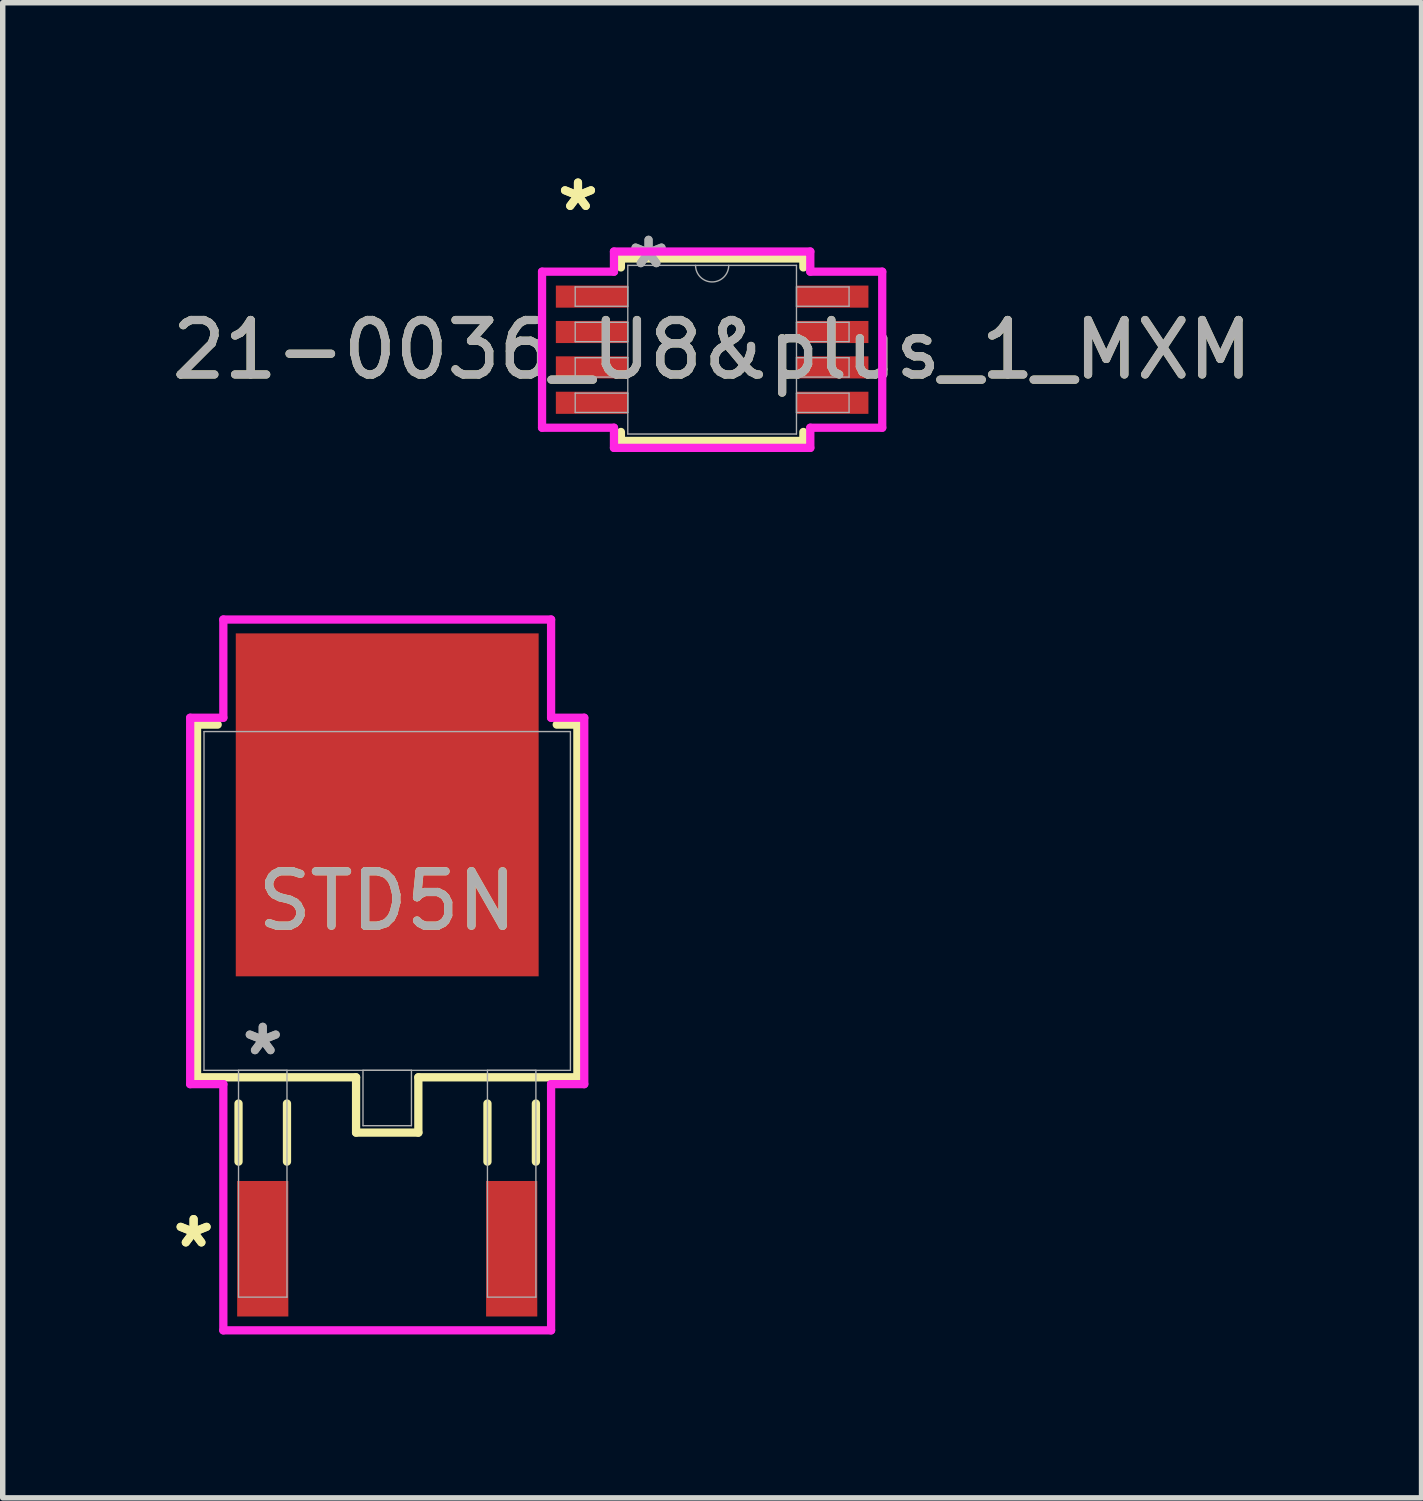
<source format=kicad_pcb>
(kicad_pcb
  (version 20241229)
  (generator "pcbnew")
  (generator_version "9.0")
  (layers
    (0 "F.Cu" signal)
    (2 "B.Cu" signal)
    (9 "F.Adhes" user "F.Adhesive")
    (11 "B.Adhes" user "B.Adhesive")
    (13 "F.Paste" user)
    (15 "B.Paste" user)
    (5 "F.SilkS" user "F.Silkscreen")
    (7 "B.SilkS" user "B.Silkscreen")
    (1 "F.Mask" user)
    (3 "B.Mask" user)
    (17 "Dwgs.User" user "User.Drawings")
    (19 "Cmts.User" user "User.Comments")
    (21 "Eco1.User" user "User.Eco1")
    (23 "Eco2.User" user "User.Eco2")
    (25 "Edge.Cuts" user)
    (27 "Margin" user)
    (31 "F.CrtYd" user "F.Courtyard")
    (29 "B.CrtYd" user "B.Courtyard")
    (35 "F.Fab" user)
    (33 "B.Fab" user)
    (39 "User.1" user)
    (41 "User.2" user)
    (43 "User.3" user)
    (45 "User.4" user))
  (footprint "21-0036_U8&plus_1_MXM"
    (layer "F.Cu")
    (at 10.03 3.373)
    (property "Reference" "21-0036_U8&plus_1_MXM" (at 0 0 0) (unlocked yes) (layer "F.SilkS") (effects (font (size 1 1) (thickness 0.15))))
    (attr smd)
    (fp_line (start -1.676 -1.676) (end -1.676 -1.511) (stroke (width 0.152) (type solid)) (layer "F.SilkS"))
    (fp_line (start -1.676 1.511) (end -1.676 1.676) (stroke (width 0.152) (type solid)) (layer "F.SilkS"))
    (fp_line (start -1.676 1.676) (end 1.676 1.676) (stroke (width 0.152) (type solid)) (layer "F.SilkS"))
    (fp_line (start 1.676 -1.676) (end -1.676 -1.676) (stroke (width 0.152) (type solid)) (layer "F.SilkS"))
    (fp_line (start 1.676 -1.511) (end 1.676 -1.676) (stroke (width 0.152) (type solid)) (layer "F.SilkS"))
    (fp_line (start 1.676 1.676) (end 1.676 1.511) (stroke (width 0.152) (type solid)) (layer "F.SilkS"))
    (fp_line (start -3.124 -1.433) (end -1.803 -1.433) (stroke (width 0.152) (type solid)) (layer "F.CrtYd"))
    (fp_line (start -3.124 1.433) (end -3.124 -1.433) (stroke (width 0.152) (type solid)) (layer "F.CrtYd"))
    (fp_line (start -3.124 1.433) (end -1.803 1.433) (stroke (width 0.152) (type solid)) (layer "F.CrtYd"))
    (fp_line (start -1.803 -1.803) (end 1.803 -1.803) (stroke (width 0.152) (type solid)) (layer "F.CrtYd"))
    (fp_line (start -1.803 -1.433) (end -1.803 -1.803) (stroke (width 0.152) (type solid)) (layer "F.CrtYd"))
    (fp_line (start -1.803 1.803) (end -1.803 1.433) (stroke (width 0.152) (type solid)) (layer "F.CrtYd"))
    (fp_line (start 1.803 -1.803) (end 1.803 -1.433) (stroke (width 0.152) (type solid)) (layer "F.CrtYd"))
    (fp_line (start 1.803 1.433) (end 1.803 1.803) (stroke (width 0.152) (type solid)) (layer "F.CrtYd"))
    (fp_line (start 1.803 1.803) (end -1.803 1.803) (stroke (width 0.152) (type solid)) (layer "F.CrtYd"))
    (fp_line (start 3.124 -1.433) (end 1.803 -1.433) (stroke (width 0.152) (type solid)) (layer "F.CrtYd"))
    (fp_line (start 3.124 -1.433) (end 3.124 1.433) (stroke (width 0.152) (type solid)) (layer "F.CrtYd"))
    (fp_line (start 3.124 1.433) (end 1.803 1.433) (stroke (width 0.152) (type solid)) (layer "F.CrtYd"))
    (fp_line (start -2.515 -1.153) (end -2.515 -0.798) (stroke (width 0.025) (type solid)) (layer "F.Fab"))
    (fp_line (start -2.515 -0.798) (end -1.549 -0.798) (stroke (width 0.025) (type solid)) (layer "F.Fab"))
    (fp_line (start -2.515 -0.503) (end -2.515 -0.147) (stroke (width 0.025) (type solid)) (layer "F.Fab"))
    (fp_line (start -2.515 -0.147) (end -1.549 -0.147) (stroke (width 0.025) (type solid)) (layer "F.Fab"))
    (fp_line (start -2.515 0.147) (end -2.515 0.503) (stroke (width 0.025) (type solid)) (layer "F.Fab"))
    (fp_line (start -2.515 0.503) (end -1.549 0.503) (stroke (width 0.025) (type solid)) (layer "F.Fab"))
    (fp_line (start -2.515 0.798) (end -2.515 1.153) (stroke (width 0.025) (type solid)) (layer "F.Fab"))
    (fp_line (start -2.515 1.153) (end -1.549 1.153) (stroke (width 0.025) (type solid)) (layer "F.Fab"))
    (fp_line (start -1.549 -1.549) (end -1.549 1.549) (stroke (width 0.025) (type solid)) (layer "F.Fab"))
    (fp_line (start -1.549 -1.153) (end -2.515 -1.153) (stroke (width 0.025) (type solid)) (layer "F.Fab"))
    (fp_line (start -1.549 -0.798) (end -1.549 -1.153) (stroke (width 0.025) (type solid)) (layer "F.Fab"))
    (fp_line (start -1.549 -0.503) (end -2.515 -0.503) (stroke (width 0.025) (type solid)) (layer "F.Fab"))
    (fp_line (start -1.549 -0.147) (end -1.549 -0.503) (stroke (width 0.025) (type solid)) (layer "F.Fab"))
    (fp_line (start -1.549 0.147) (end -2.515 0.147) (stroke (width 0.025) (type solid)) (layer "F.Fab"))
    (fp_line (start -1.549 0.503) (end -1.549 0.147) (stroke (width 0.025) (type solid)) (layer "F.Fab"))
    (fp_line (start -1.549 0.798) (end -2.515 0.798) (stroke (width 0.025) (type solid)) (layer "F.Fab"))
    (fp_line (start -1.549 1.153) (end -1.549 0.798) (stroke (width 0.025) (type solid)) (layer "F.Fab"))
    (fp_line (start -1.549 1.549) (end 1.549 1.549) (stroke (width 0.025) (type solid)) (layer "F.Fab"))
    (fp_line (start 1.549 -1.549) (end -1.549 -1.549) (stroke (width 0.025) (type solid)) (layer "F.Fab"))
    (fp_line (start 1.549 -1.153) (end 1.549 -0.798) (stroke (width 0.025) (type solid)) (layer "F.Fab"))
    (fp_line (start 1.549 -0.798) (end 2.515 -0.798) (stroke (width 0.025) (type solid)) (layer "F.Fab"))
    (fp_line (start 1.549 -0.503) (end 1.549 -0.147) (stroke (width 0.025) (type solid)) (layer "F.Fab"))
    (fp_line (start 1.549 -0.147) (end 2.515 -0.147) (stroke (width 0.025) (type solid)) (layer "F.Fab"))
    (fp_line (start 1.549 0.147) (end 1.549 0.503) (stroke (width 0.025) (type solid)) (layer "F.Fab"))
    (fp_line (start 1.549 0.503) (end 2.515 0.503) (stroke (width 0.025) (type solid)) (layer "F.Fab"))
    (fp_line (start 1.549 0.798) (end 1.549 1.153) (stroke (width 0.025) (type solid)) (layer "F.Fab"))
    (fp_line (start 1.549 1.153) (end 2.515 1.153) (stroke (width 0.025) (type solid)) (layer "F.Fab"))
    (fp_line (start 1.549 1.549) (end 1.549 -1.549) (stroke (width 0.025) (type solid)) (layer "F.Fab"))
    (fp_line (start 2.515 -1.153) (end 1.549 -1.153) (stroke (width 0.025) (type solid)) (layer "F.Fab"))
    (fp_line (start 2.515 -0.798) (end 2.515 -1.153) (stroke (width 0.025) (type solid)) (layer "F.Fab"))
    (fp_line (start 2.515 -0.503) (end 1.549 -0.503) (stroke (width 0.025) (type solid)) (layer "F.Fab"))
    (fp_line (start 2.515 -0.147) (end 2.515 -0.503) (stroke (width 0.025) (type solid)) (layer "F.Fab"))
    (fp_line (start 2.515 0.147) (end 1.549 0.147) (stroke (width 0.025) (type solid)) (layer "F.Fab"))
    (fp_line (start 2.515 0.503) (end 2.515 0.147) (stroke (width 0.025) (type solid)) (layer "F.Fab"))
    (fp_line (start 2.515 0.798) (end 1.549 0.798) (stroke (width 0.025) (type solid)) (layer "F.Fab"))
    (fp_line (start 2.515 1.153) (end 2.515 0.798) (stroke (width 0.025) (type solid)) (layer "F.Fab"))
    (fp_arc (start 0.3048 -1.5494) (mid 0 -1.2446) (end -0.3048 -1.5494) (stroke (width 0.0254) (type solid)) (layer "F.Fab"))
    (fp_text user "*" (at -2.464 -2.525 0) (layer "F.SilkS") (effects (font (size 1 1) (thickness 0.15))))
    (fp_text user "*" (at -2.464 -2.525 0) (unlocked yes) (layer "F.SilkS") (effects (font (size 1 1) (thickness 0.15))))
    (fp_text user "*" (at -1.168 -1.473 0) (layer "F.Fab") (effects (font (size 1 1) (thickness 0.15))))
    (fp_text user "*" (at -1.168 -1.473 0) (unlocked yes) (layer "F.Fab") (effects (font (size 1 1) (thickness 0.15))))
    (fp_text user "${REFERENCE}" (at 0 0 0) (unlocked yes) (layer "F.Fab") (effects (font (size 1 1) (thickness 0.15))))
    (pad "1" smd rect (at -2.21 -0.975) (size 1.321 0.406) (layers "F.Cu" "F.Mask" "F.Paste"))
    (pad "2" smd rect (at -2.21 -0.325) (size 1.321 0.406) (layers "F.Cu" "F.Mask" "F.Paste"))
    (pad "3" smd rect (at -2.21 0.325) (size 1.321 0.406) (layers "F.Cu" "F.Mask" "F.Paste"))
    (pad "4" smd rect (at -2.21 0.975) (size 1.321 0.406) (layers "F.Cu" "F.Mask" "F.Paste"))
    (pad "5" smd rect (at 2.21 0.975) (size 1.321 0.406) (layers "F.Cu" "F.Mask" "F.Paste"))
    (pad "6" smd rect (at 2.21 0.325) (size 1.321 0.406) (layers "F.Cu" "F.Mask" "F.Paste"))
    (pad "7" smd rect (at 2.21 -0.325) (size 1.321 0.406) (layers "F.Cu" "F.Mask" "F.Paste"))
    (pad "8" smd rect (at 2.21 -0.975) (size 1.321 0.406) (layers "F.Cu" "F.Mask" "F.Paste")))
  (footprint "STD5N"
    (layer "F.Cu")
    (at 4.062 13.498)
    (property "Reference" "STD5N" (at 0 0 0) (unlocked yes) (layer "F.SilkS") (effects (font (size 1 1) (thickness 0.15))))
    (attr smd)
    (fp_line (start -3.493 -3.239) (end -3.493 3.239) (stroke (width 0.152) (type solid)) (layer "F.SilkS"))
    (fp_line (start -3.493 3.239) (end -0.572 3.239) (stroke (width 0.152) (type solid)) (layer "F.SilkS"))
    (fp_line (start -3.114 -3.239) (end -3.493 -3.239) (stroke (width 0.152) (type solid)) (layer "F.SilkS"))
    (fp_line (start -2.731 3.721) (end -2.731 4.788) (stroke (width 0.152) (type solid)) (layer "F.SilkS"))
    (fp_line (start -1.841 3.721) (end -1.841 4.788) (stroke (width 0.152) (type solid)) (layer "F.SilkS"))
    (fp_line (start -0.572 3.239) (end -0.572 4.255) (stroke (width 0.152) (type solid)) (layer "F.SilkS"))
    (fp_line (start -0.572 4.255) (end 0.572 4.255) (stroke (width 0.152) (type solid)) (layer "F.SilkS"))
    (fp_line (start 0.572 3.239) (end 3.493 3.239) (stroke (width 0.152) (type solid)) (layer "F.SilkS"))
    (fp_line (start 0.572 4.255) (end 0.572 3.239) (stroke (width 0.152) (type solid)) (layer "F.SilkS"))
    (fp_line (start 1.841 3.721) (end 1.841 4.788) (stroke (width 0.152) (type solid)) (layer "F.SilkS"))
    (fp_line (start 2.731 3.721) (end 2.731 4.788) (stroke (width 0.152) (type solid)) (layer "F.SilkS"))
    (fp_line (start 3.493 -3.239) (end 3.114 -3.239) (stroke (width 0.152) (type solid)) (layer "F.SilkS"))
    (fp_line (start 3.493 3.239) (end 3.493 -3.239) (stroke (width 0.152) (type solid)) (layer "F.SilkS"))
    (fp_line (start -3.619 -3.365) (end -3.01 -3.365) (stroke (width 0.152) (type solid)) (layer "F.CrtYd"))
    (fp_line (start -3.619 3.365) (end -3.619 -3.365) (stroke (width 0.152) (type solid)) (layer "F.CrtYd"))
    (fp_line (start -3.01 -5.169) (end 3.01 -5.169) (stroke (width 0.152) (type solid)) (layer "F.CrtYd"))
    (fp_line (start -3.01 -3.365) (end -3.01 -5.169) (stroke (width 0.152) (type solid)) (layer "F.CrtYd"))
    (fp_line (start -3.01 3.365) (end -3.619 3.365) (stroke (width 0.152) (type solid)) (layer "F.CrtYd"))
    (fp_line (start -3.01 7.887) (end -3.01 3.365) (stroke (width 0.152) (type solid)) (layer "F.CrtYd"))
    (fp_line (start 3.01 -5.169) (end 3.01 -3.365) (stroke (width 0.152) (type solid)) (layer "F.CrtYd"))
    (fp_line (start 3.01 -3.365) (end 3.619 -3.365) (stroke (width 0.152) (type solid)) (layer "F.CrtYd"))
    (fp_line (start 3.01 3.365) (end 3.01 7.887) (stroke (width 0.152) (type solid)) (layer "F.CrtYd"))
    (fp_line (start 3.01 7.887) (end -3.01 7.887) (stroke (width 0.152) (type solid)) (layer "F.CrtYd"))
    (fp_line (start 3.619 -3.365) (end 3.619 3.365) (stroke (width 0.152) (type solid)) (layer "F.CrtYd"))
    (fp_line (start 3.619 3.365) (end 3.01 3.365) (stroke (width 0.152) (type solid)) (layer "F.CrtYd"))
    (fp_line (start -3.365 -3.111) (end -3.365 3.111) (stroke (width 0.025) (type solid)) (layer "F.Fab"))
    (fp_line (start -3.365 3.111) (end 3.365 3.111) (stroke (width 0.025) (type solid)) (layer "F.Fab"))
    (fp_line (start -2.731 3.111) (end -2.731 7.277) (stroke (width 0.025) (type solid)) (layer "F.Fab"))
    (fp_line (start -2.731 7.277) (end -1.841 7.277) (stroke (width 0.025) (type solid)) (layer "F.Fab"))
    (fp_line (start -1.841 3.111) (end -2.731 3.111) (stroke (width 0.025) (type solid)) (layer "F.Fab"))
    (fp_line (start -1.841 7.277) (end -1.841 3.111) (stroke (width 0.025) (type solid)) (layer "F.Fab"))
    (fp_line (start -0.445 3.111) (end -0.445 4.128) (stroke (width 0.025) (type solid)) (layer "F.Fab"))
    (fp_line (start -0.445 4.128) (end 0.445 4.128) (stroke (width 0.025) (type solid)) (layer "F.Fab"))
    (fp_line (start 0.445 3.111) (end -0.445 3.111) (stroke (width 0.025) (type solid)) (layer "F.Fab"))
    (fp_line (start 0.445 4.128) (end 0.445 3.111) (stroke (width 0.025) (type solid)) (layer "F.Fab"))
    (fp_line (start 1.841 3.111) (end 1.841 7.277) (stroke (width 0.025) (type solid)) (layer "F.Fab"))
    (fp_line (start 1.841 7.277) (end 2.731 7.277) (stroke (width 0.025) (type solid)) (layer "F.Fab"))
    (fp_line (start 2.731 3.111) (end 1.841 3.111) (stroke (width 0.025) (type solid)) (layer "F.Fab"))
    (fp_line (start 2.731 7.277) (end 2.731 3.111) (stroke (width 0.025) (type solid)) (layer "F.Fab"))
    (fp_line (start 3.365 -3.111) (end -3.365 -3.111) (stroke (width 0.025) (type solid)) (layer "F.Fab"))
    (fp_line (start 3.365 3.111) (end 3.365 -3.111) (stroke (width 0.025) (type solid)) (layer "F.Fab"))
    (fp_text user "*" (at -3.556 6.388 0) (layer "F.SilkS") (effects (font (size 1 1) (thickness 0.15))))
    (fp_text user "*" (at -3.556 6.388 0) (unlocked yes) (layer "F.SilkS") (effects (font (size 1 1) (thickness 0.15))))
    (fp_text user "*" (at -2.286 2.857 0) (unlocked yes) (layer "F.Fab") (effects (font (size 1 1) (thickness 0.15))))
    (fp_text user "*" (at -2.286 2.857 0) (layer "F.Fab") (effects (font (size 1 1) (thickness 0.15))))
    (fp_text user "${REFERENCE}" (at 0 0 0) (unlocked yes) (layer "F.Fab") (effects (font (size 1 1) (thickness 0.15))))
    (pad "1" smd rect (at -2.286 6.388) (size 0.94 2.489) (layers "F.Cu" "F.Mask" "F.Paste"))
    (pad "2" smd rect (at 0 -1.765) (size 5.563 6.299) (layers "F.Cu" "F.Mask" "F.Paste"))
    (pad "3" smd rect (at 2.286 6.388) (size 0.94 2.489) (layers "F.Cu" "F.Mask" "F.Paste")))
  (gr_rect
    (start -3 -3)
    (end 23.06 24.461)
    (stroke (width 0.1) (type default))
    (fill no)
    (layer "Edge.Cuts")))
</source>
